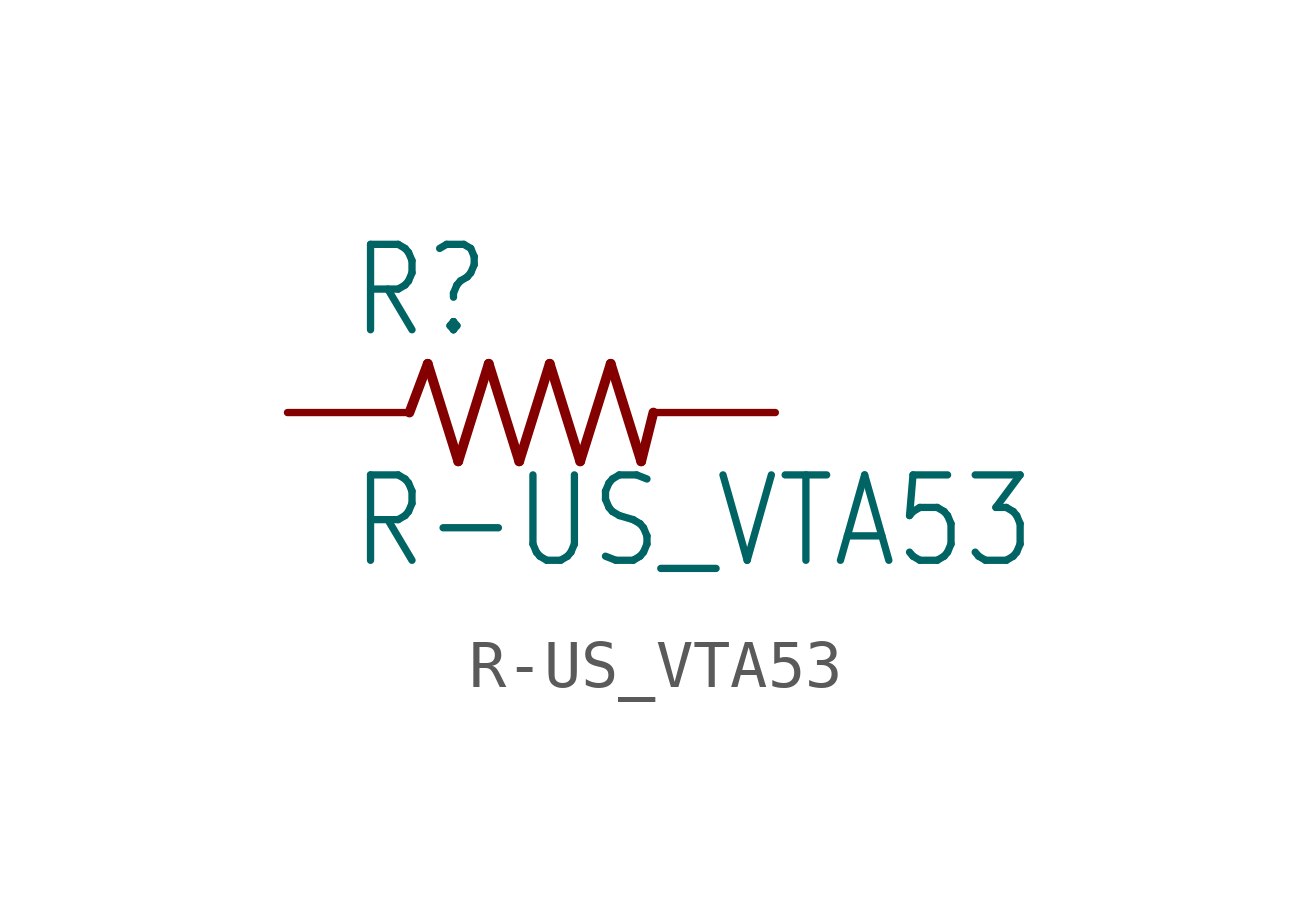
<source format=kicad_sym>
(kicad_symbol_lib
  (version 20220331)
  (generator kicad_symbol_editor)
  (symbol "R-US_VTA53"
    (property "Reference" "R"
      (at -3.81 1.499 0)
      (effects (font (size 1.778 1.511)) (justify left bottom)))
    (property "Value" "R-US_VTA53"
      (at -3.81 -3.302 0)
      (effects (font (size 1.778 1.511)) (justify left bottom)))
    (property "ki_locked" ""
      (at 0 0 0)
      (effects (font (size 1.27 1.27))))
    (symbol "R-US_VTA53_1_0"
      (polyline (pts (xy -2.54 0) (xy -2.159 1.016)) (stroke (width 0.203) (type solid)) (fill (type none)))
      (polyline (pts (xy -2.159 1.016) (xy -1.524 -1.016)) (stroke (width 0.203) (type solid)) (fill (type none)))
      (polyline (pts (xy -1.524 -1.016) (xy -0.889 1.016)) (stroke (width 0.203) (type solid)) (fill (type none)))
      (polyline (pts (xy -0.889 1.016) (xy -0.254 -1.016)) (stroke (width 0.203) (type solid)) (fill (type none)))
      (polyline (pts (xy -0.254 -1.016) (xy 0.381 1.016)) (stroke (width 0.203) (type solid)) (fill (type none)))
      (polyline (pts (xy 0.381 1.016) (xy 1.016 -1.016)) (stroke (width 0.203) (type solid)) (fill (type none)))
      (polyline (pts (xy 1.016 -1.016) (xy 1.651 1.016)) (stroke (width 0.203) (type solid)) (fill (type none)))
      (polyline (pts (xy 1.651 1.016) (xy 2.286 -1.016)) (stroke (width 0.203) (type solid)) (fill (type none)))
      (polyline (pts (xy 2.286 -1.016) (xy 2.54 0)) (stroke (width 0.203) (type solid)) (fill (type none)))
      (pin passive line (at -5.08 0 0) (length 2.54) (name "1" (effects (font (size 0 0)))) (number "1" (effects (font (size 0 0)))))
      (pin passive line (at 5.08 0 180) (length 2.54) (name "2" (effects (font (size 0 0)))) (number "2" (effects (font (size 0 0))))))))
</source>
